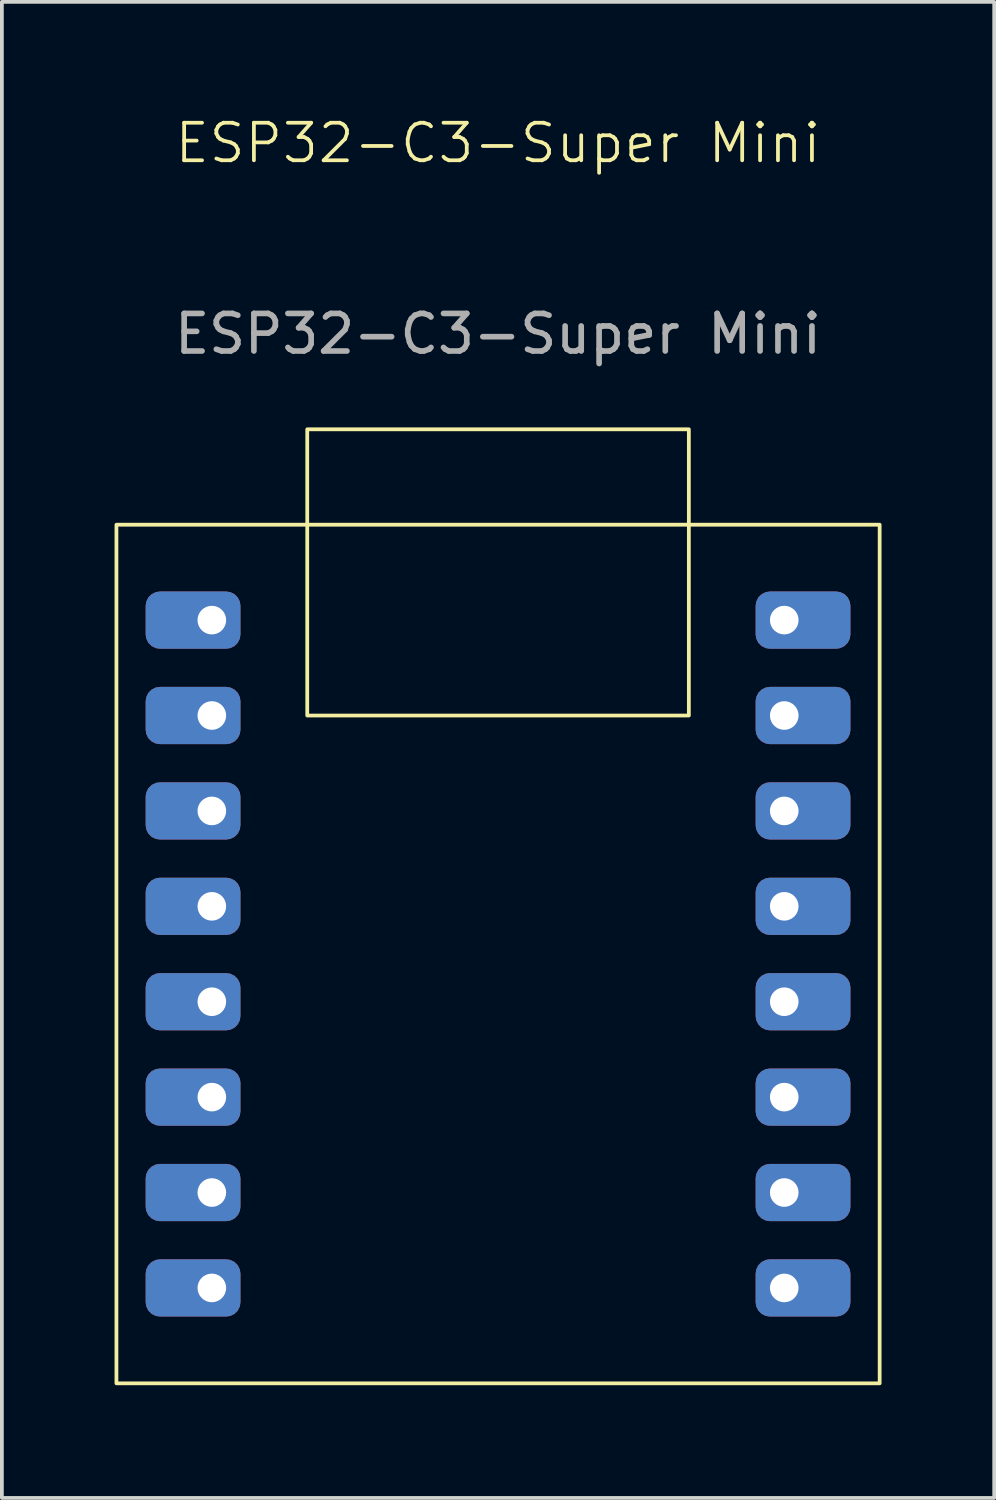
<source format=kicad_pcb>
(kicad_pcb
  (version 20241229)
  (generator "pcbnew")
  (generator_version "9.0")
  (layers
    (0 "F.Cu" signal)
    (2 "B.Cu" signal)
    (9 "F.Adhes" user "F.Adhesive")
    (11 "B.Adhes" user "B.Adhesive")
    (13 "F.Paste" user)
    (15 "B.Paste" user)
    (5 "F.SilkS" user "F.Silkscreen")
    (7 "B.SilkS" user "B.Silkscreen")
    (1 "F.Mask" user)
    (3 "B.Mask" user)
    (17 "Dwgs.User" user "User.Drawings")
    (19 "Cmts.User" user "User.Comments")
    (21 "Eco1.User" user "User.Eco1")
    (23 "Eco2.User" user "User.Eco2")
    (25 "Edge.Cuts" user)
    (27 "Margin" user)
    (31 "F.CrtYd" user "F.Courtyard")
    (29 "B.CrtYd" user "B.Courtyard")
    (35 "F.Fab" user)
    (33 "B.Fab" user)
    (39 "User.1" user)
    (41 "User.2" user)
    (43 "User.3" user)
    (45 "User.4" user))
  (footprint "ESP32-C3-Super Mini"
    (layer "F.Cu")
    (at 10.21 13.46)
    (property "Reference" "ESP32-C3-Super Mini" (at 0 -12.7 0) (unlocked yes) (layer "F.SilkS") (effects (font (size 1 1) (thickness 0.1))))
    (attr through_hole)
    (fp_rect (start -10.16 -2.54) (end 10.16 20.32) (stroke (width 0.1) (type default)) (fill no) (layer "F.SilkS"))
    (fp_rect (start -5.08 -5.08) (end 5.08 2.54) (stroke (width 0.1) (type default)) (fill no) (layer "F.SilkS"))
    (fp_text user "${REFERENCE}" (at 0 -7.62 0) (unlocked yes) (layer "F.Fab") (effects (font (size 1 1) (thickness 0.15))))
    (pad "0" thru_hole roundrect (at -7.62 17.78) (size 2.524 1.524) (drill 0.762 (offset -0.5 0)) (layers "*.Cu" "*.Mask") (roundrect_rratio 0.25))
    (pad "1" thru_hole roundrect (at -7.62 15.24) (size 2.524 1.524) (drill 0.762 (offset -0.5 0)) (layers "*.Cu" "*.Mask") (roundrect_rratio 0.25))
    (pad "2" thru_hole roundrect (at -7.62 12.7) (size 2.524 1.524) (drill 0.762 (offset -0.5 0)) (layers "*.Cu" "*.Mask") (roundrect_rratio 0.25))
    (pad "3" thru_hole roundrect (at -7.62 10.16) (size 2.524 1.524) (drill 0.762 (offset -0.5 0)) (layers "*.Cu" "*.Mask") (roundrect_rratio 0.25))
    (pad "4" thru_hole roundrect (at -7.62 7.62) (size 2.524 1.524) (drill 0.762 (offset -0.5 0)) (layers "*.Cu" "*.Mask") (roundrect_rratio 0.25))
    (pad "5" thru_hole roundrect (at 7.62 0) (size 2.524 1.524) (drill 0.762 (offset 0.5 0)) (layers "*.Cu" "*.Mask") (roundrect_rratio 0.25))
    (pad "6" thru_hole roundrect (at 7.62 2.54) (size 2.524 1.524) (drill 0.762 (offset 0.5 0)) (layers "*.Cu" "*.Mask") (roundrect_rratio 0.25))
    (pad "7" thru_hole roundrect (at 7.62 5.08) (size 2.524 1.524) (drill 0.762 (offset 0.5 0)) (layers "*.Cu" "*.Mask") (roundrect_rratio 0.25))
    (pad "8" thru_hole roundrect (at 7.62 7.62) (size 2.524 1.524) (drill 0.762 (offset 0.5 0)) (layers "*.Cu" "*.Mask") (roundrect_rratio 0.25))
    (pad "9" thru_hole roundrect (at 7.62 10.16) (size 2.524 1.524) (drill 0.762 (offset 0.5 0)) (layers "*.Cu" "*.Mask") (roundrect_rratio 0.25))
    (pad "10" thru_hole roundrect (at 7.62 12.7) (size 2.524 1.524) (drill 0.762 (offset 0.5 0)) (layers "*.Cu" "*.Mask") (roundrect_rratio 0.25))
    (pad "20" thru_hole roundrect (at 7.62 15.24) (size 2.524 1.524) (drill 0.762 (offset 0.5 0)) (layers "*.Cu" "*.Mask") (roundrect_rratio 0.25))
    (pad "21" thru_hole roundrect (at 7.62 17.78) (size 2.524 1.524) (drill 0.762 (offset 0.5 0)) (layers "*.Cu" "*.Mask") (roundrect_rratio 0.25))
    (pad "100" thru_hole roundrect (at -7.62 0) (size 2.524 1.524) (drill 0.762 (offset -0.5 0)) (layers "*.Cu" "*.Mask") (roundrect_rratio 0.25))
    (pad "101" thru_hole roundrect (at -7.62 2.54) (size 2.524 1.524) (drill 0.762 (offset -0.5 0)) (layers "*.Cu" "*.Mask") (roundrect_rratio 0.25))
    (pad "102" thru_hole roundrect (at -7.62 5.08) (size 2.524 1.524) (drill 0.762 (offset -0.5 0)) (layers "*.Cu" "*.Mask") (roundrect_rratio 0.25)))
  (gr_rect
    (start -3 -3)
    (end 23.42 36.831)
    (stroke (width 0.1) (type default))
    (fill no)
    (layer "Edge.Cuts")))
</source>
